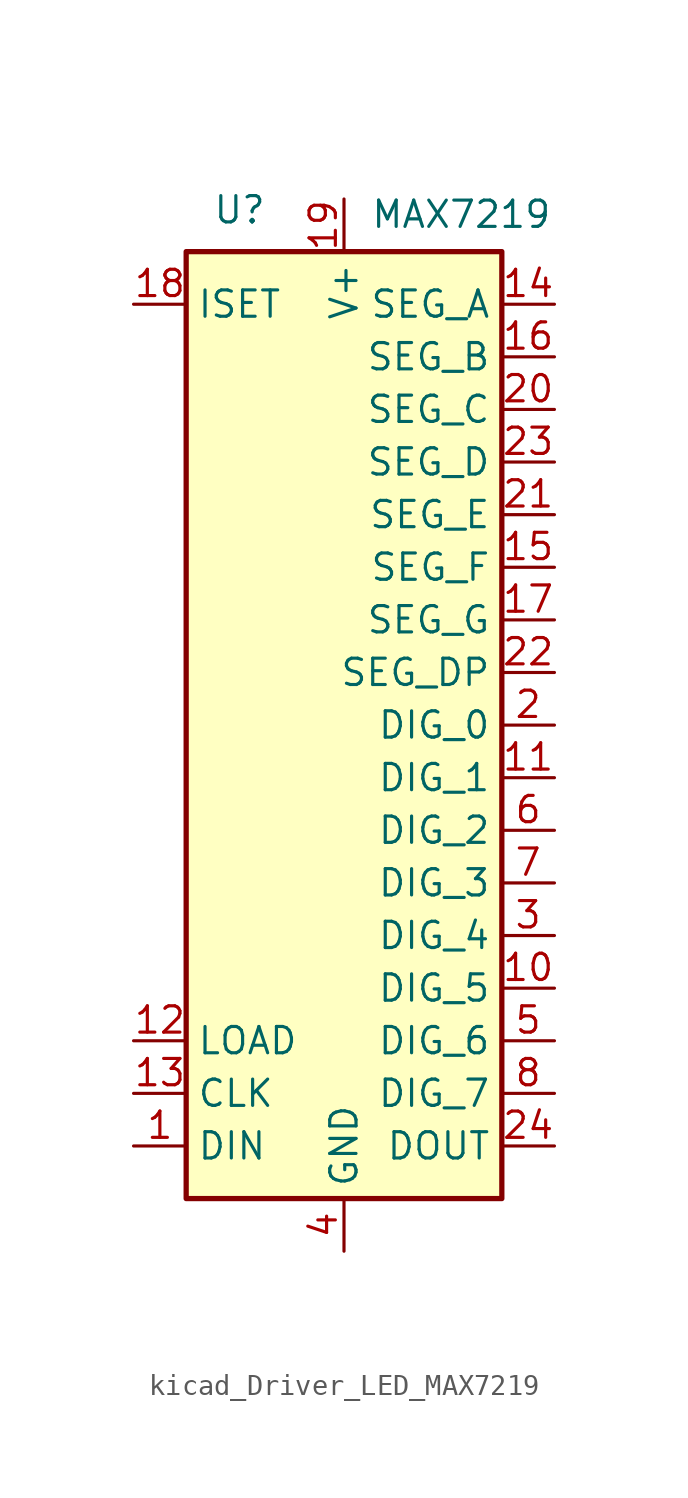
<source format=kicad_sym>
(kicad_symbol_lib
  (version 20220914)
  (generator kicad_symbol_editor)
  (symbol "kicad_Driver_LED_MAX7219"
    (property "Reference" "U"
      (at -6.35 24.13 0)
      (effects (font (size 1.27 1.27)) (justify left bottom)))
    (property "Value" "MAX7219"
      (at 1.27 25.4 0)
      (effects (font (size 1.27 1.27)) (justify left top)))
    (symbol "kicad_Driver_LED_MAX7219_0_1"
      (rectangle (start -7.62 22.86) (end 7.62 -22.86) (stroke (width 0.254) (type default)) (fill (type background))))
    (symbol "kicad_Driver_LED_MAX7219_1_1"
      (pin input line (at -10.16 -20.32 0) (length 2.54) (name "DIN" (effects (font (size 1.27 1.27)))) (number "1" (effects (font (size 1.27 1.27)))))
      (pin output line (at 10.16 -12.7 180) (length 2.54) (name "DIG_5" (effects (font (size 1.27 1.27)))) (number "10" (effects (font (size 1.27 1.27)))))
      (pin output line (at 10.16 -2.54 180) (length 2.54) (name "DIG_1" (effects (font (size 1.27 1.27)))) (number "11" (effects (font (size 1.27 1.27)))))
      (pin input line (at -10.16 -15.24 0) (length 2.54) (name "LOAD" (effects (font (size 1.27 1.27)))) (number "12" (effects (font (size 1.27 1.27)))))
      (pin input line (at -10.16 -17.78 0) (length 2.54) (name "CLK" (effects (font (size 1.27 1.27)))) (number "13" (effects (font (size 1.27 1.27)))))
      (pin output line (at 10.16 20.32 180) (length 2.54) (name "SEG_A" (effects (font (size 1.27 1.27)))) (number "14" (effects (font (size 1.27 1.27)))))
      (pin output line (at 10.16 7.62 180) (length 2.54) (name "SEG_F" (effects (font (size 1.27 1.27)))) (number "15" (effects (font (size 1.27 1.27)))))
      (pin output line (at 10.16 17.78 180) (length 2.54) (name "SEG_B" (effects (font (size 1.27 1.27)))) (number "16" (effects (font (size 1.27 1.27)))))
      (pin output line (at 10.16 5.08 180) (length 2.54) (name "SEG_G" (effects (font (size 1.27 1.27)))) (number "17" (effects (font (size 1.27 1.27)))))
      (pin input line (at -10.16 20.32 0) (length 2.54) (name "ISET" (effects (font (size 1.27 1.27)))) (number "18" (effects (font (size 1.27 1.27)))))
      (pin power_in line (at 0 25.4 270) (length 2.54) (name "V+" (effects (font (size 1.27 1.27)))) (number "19" (effects (font (size 1.27 1.27)))))
      (pin output line (at 10.16 0 180) (length 2.54) (name "DIG_0" (effects (font (size 1.27 1.27)))) (number "2" (effects (font (size 1.27 1.27)))))
      (pin output line (at 10.16 15.24 180) (length 2.54) (name "SEG_C" (effects (font (size 1.27 1.27)))) (number "20" (effects (font (size 1.27 1.27)))))
      (pin output line (at 10.16 10.16 180) (length 2.54) (name "SEG_E" (effects (font (size 1.27 1.27)))) (number "21" (effects (font (size 1.27 1.27)))))
      (pin output line (at 10.16 2.54 180) (length 2.54) (name "SEG_DP" (effects (font (size 1.27 1.27)))) (number "22" (effects (font (size 1.27 1.27)))))
      (pin output line (at 10.16 12.7 180) (length 2.54) (name "SEG_D" (effects (font (size 1.27 1.27)))) (number "23" (effects (font (size 1.27 1.27)))))
      (pin output line (at 10.16 -20.32 180) (length 2.54) (name "DOUT" (effects (font (size 1.27 1.27)))) (number "24" (effects (font (size 1.27 1.27)))))
      (pin output line (at 10.16 -10.16 180) (length 2.54) (name "DIG_4" (effects (font (size 1.27 1.27)))) (number "3" (effects (font (size 1.27 1.27)))))
      (pin power_in line (at 0 -25.4 90) (length 2.54) (name "GND" (effects (font (size 1.27 1.27)))) (number "4" (effects (font (size 1.27 1.27)))))
      (pin output line (at 10.16 -15.24 180) (length 2.54) (name "DIG_6" (effects (font (size 1.27 1.27)))) (number "5" (effects (font (size 1.27 1.27)))))
      (pin output line (at 10.16 -5.08 180) (length 2.54) (name "DIG_2" (effects (font (size 1.27 1.27)))) (number "6" (effects (font (size 1.27 1.27)))))
      (pin output line (at 10.16 -7.62 180) (length 2.54) (name "DIG_3" (effects (font (size 1.27 1.27)))) (number "7" (effects (font (size 1.27 1.27)))))
      (pin output line (at 10.16 -17.78 180) (length 2.54) (name "DIG_7" (effects (font (size 1.27 1.27)))) (number "8" (effects (font (size 1.27 1.27)))))
      (pin passive line (at 0 -25.4 90) (length 2.54) hide (name "GND" (effects (font (size 1.27 1.27)))) (number "9" (effects (font (size 1.27 1.27))))))))
</source>
